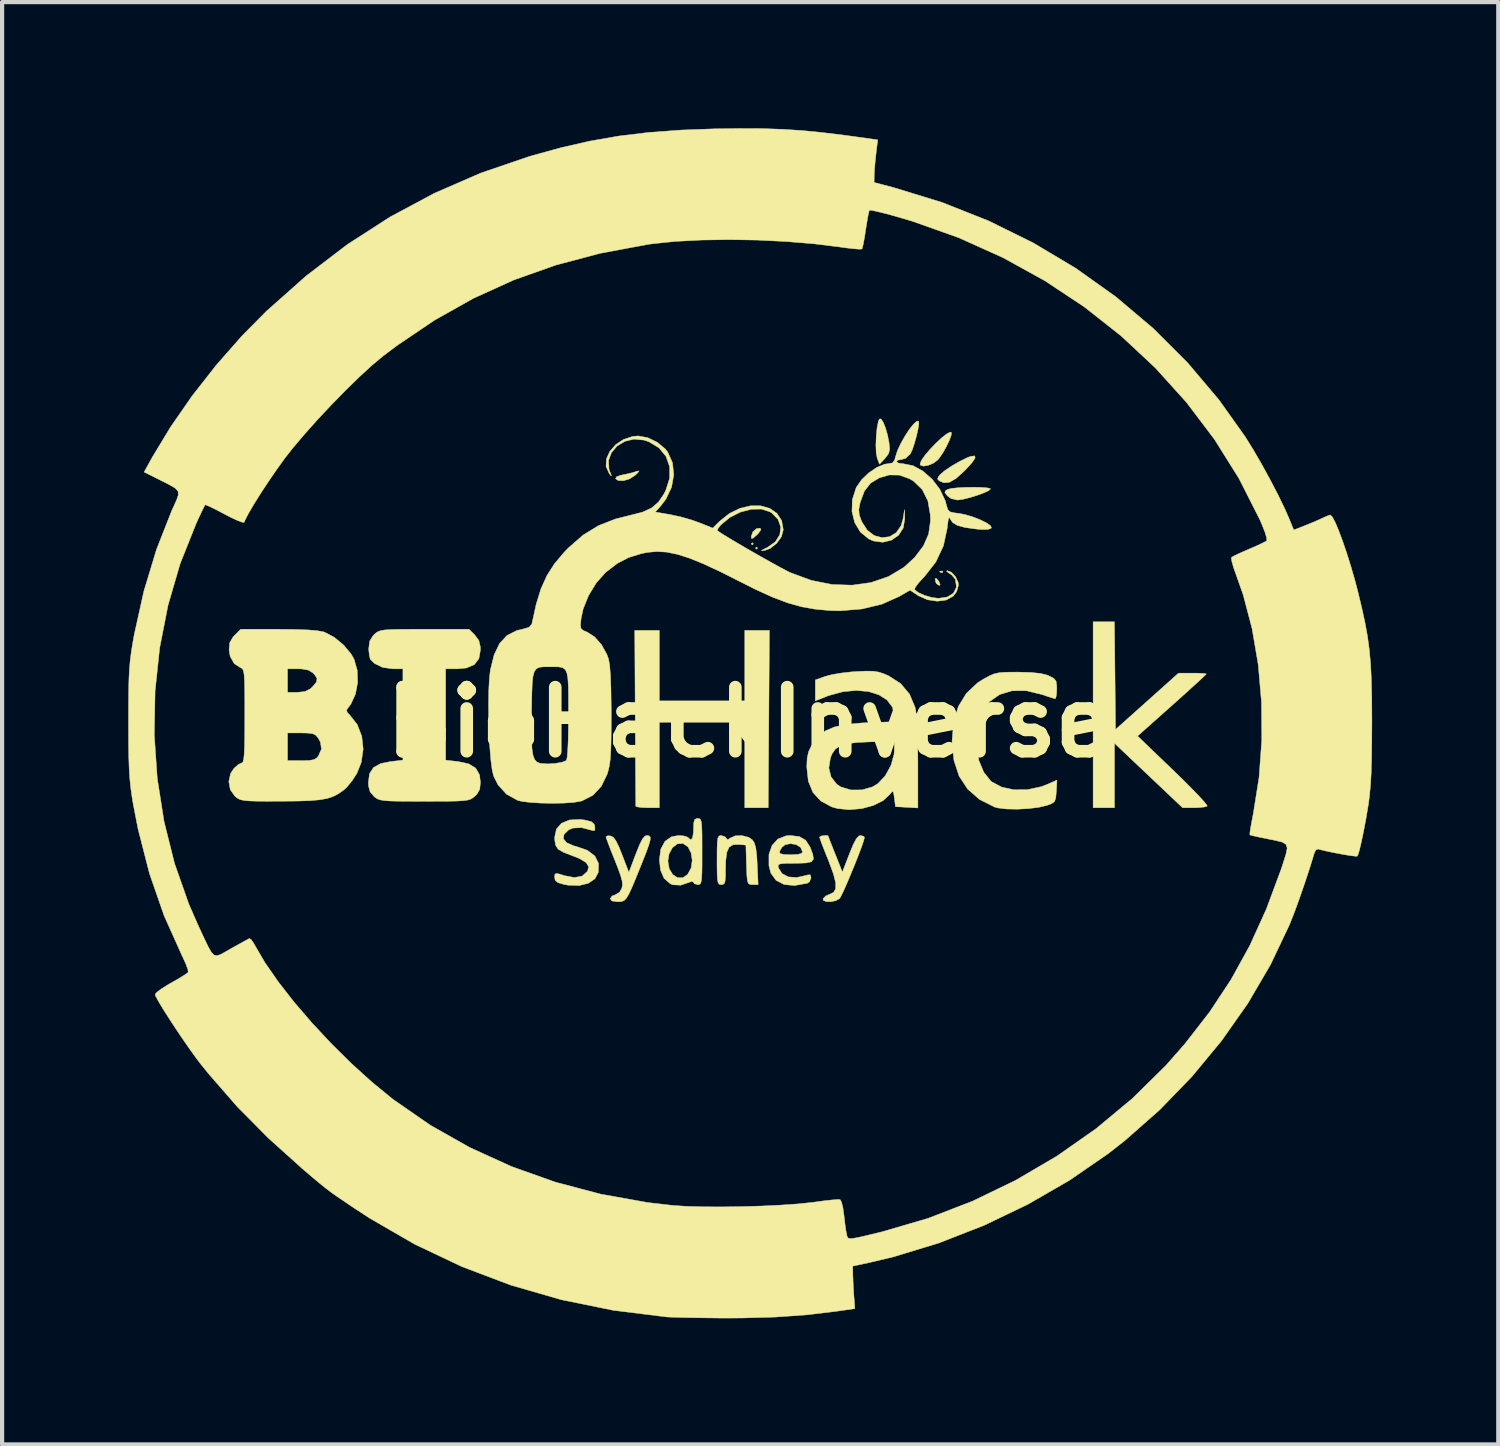
<source format=kicad_pcb>
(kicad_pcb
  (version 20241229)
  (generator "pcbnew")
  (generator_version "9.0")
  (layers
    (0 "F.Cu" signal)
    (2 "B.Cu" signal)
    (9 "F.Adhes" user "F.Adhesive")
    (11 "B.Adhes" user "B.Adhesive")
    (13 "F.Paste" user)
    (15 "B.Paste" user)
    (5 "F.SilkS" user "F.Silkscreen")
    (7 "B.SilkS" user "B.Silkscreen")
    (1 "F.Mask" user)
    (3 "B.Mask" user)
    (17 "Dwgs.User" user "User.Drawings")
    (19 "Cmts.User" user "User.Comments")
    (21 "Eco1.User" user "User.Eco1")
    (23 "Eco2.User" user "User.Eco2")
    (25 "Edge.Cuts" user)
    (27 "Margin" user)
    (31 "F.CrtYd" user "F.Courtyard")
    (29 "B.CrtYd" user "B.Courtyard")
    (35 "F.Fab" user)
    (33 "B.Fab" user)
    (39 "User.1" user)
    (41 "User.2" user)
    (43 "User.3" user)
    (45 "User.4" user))
  (footprint "BioHackInverse"
    (layer "F.Cu")
    (at 14.759 14.121)
    (property "Reference" "BioHackInverse" (at 0 0 0) (layer "F.SilkS") (effects (font (size 1.524 1.524) (thickness 0.3))))
    (attr through_hole)
    (fp_poly (pts (xy 0.102 -4.242) (xy 0.076 -4.216) (xy 0.051 -4.242) (xy 0.076 -4.267) (xy 0.102 -4.242)) (stroke (width 0.01) (type solid)) (fill yes) (layer "F.SilkS"))
    (fp_poly (pts (xy 0.203 -4.14) (xy 0.178 -4.115) (xy 0.152 -4.14) (xy 0.178 -4.166) (xy 0.203 -4.14)) (stroke (width 0.01) (type solid)) (fill yes) (layer "F.SilkS"))
    (fp_poly (pts (xy 4.606 -3.59) (xy 4.599 -3.56) (xy 4.572 -3.556) (xy 4.53 -3.575) (xy 4.538 -3.59) (xy 4.598 -3.596) (xy 4.606 -3.59)) (stroke (width 0.01) (type solid)) (fill yes) (layer "F.SilkS"))
    (fp_poly (pts (xy 4.511 -3.35) (xy 4.543 -3.27) (xy 4.52 -3.251) (xy 4.458 -3.292) (xy 4.437 -3.33) (xy 4.421 -3.415) (xy 4.454 -3.419) (xy 4.511 -3.35)) (stroke (width 0.01) (type solid)) (fill yes) (layer "F.SilkS"))
    (fp_poly (pts (xy 0.281 -4.573) (xy 0.212 -4.482) (xy 0.191 -4.461) (xy 0.1 -4.38) (xy 0.06 -4.368) (xy 0.051 -4.417) (xy 0.089 -4.527) (xy 0.177 -4.603) (xy 0.264 -4.614) (xy 0.281 -4.573)) (stroke (width 0.01) (type solid)) (fill yes) (layer "F.SilkS"))
    (fp_poly (pts (xy -2.64 -5.938) (xy -2.708 -5.872) (xy -2.839 -5.787) (xy -2.984 -5.743) (xy -3.11 -5.746) (xy -3.174 -5.79) (xy -3.154 -5.833) (xy -3.063 -5.869) (xy -2.896 -5.905) (xy -2.795 -5.928) (xy -2.725 -5.948) (xy -2.667 -5.968) (xy -2.617 -5.977) (xy -2.64 -5.938)) (stroke (width 0.01) (type solid)) (fill yes) (layer "F.SilkS"))
    (fp_poly (pts (xy 3.187 -7.136) (xy 3.242 -7.001) (xy 3.292 -6.827) (xy 3.327 -6.648) (xy 3.342 -6.493) (xy 3.319 -6.39) (xy 3.245 -6.29) (xy 3.232 -6.275) (xy 3.101 -6.134) (xy 3.045 -6.28) (xy 3.022 -6.404) (xy 3.015 -6.587) (xy 3.023 -6.795) (xy 3.042 -6.994) (xy 3.072 -7.149) (xy 3.095 -7.207) (xy 3.135 -7.212) (xy 3.187 -7.136)) (stroke (width 0.01) (type solid)) (fill yes) (layer "F.SilkS"))
    (fp_poly (pts (xy 5.375 -6.286) (xy 5.306 -6.179) (xy 5.155 -6.012) (xy 5.109 -5.966) (xy 4.919 -5.795) (xy 4.765 -5.706) (xy 4.632 -5.693) (xy 4.523 -5.738) (xy 4.48 -5.783) (xy 4.506 -5.845) (xy 4.545 -5.891) (xy 4.654 -5.983) (xy 4.82 -6.094) (xy 5.009 -6.203) (xy 5.183 -6.289) (xy 5.271 -6.322) (xy 5.363 -6.333) (xy 5.375 -6.286)) (stroke (width 0.01) (type solid)) (fill yes) (layer "F.SilkS"))
    (fp_poly (pts (xy 4.807 -6.894) (xy 4.807 -6.83) (xy 4.765 -6.71) (xy 4.693 -6.559) (xy 4.607 -6.405) (xy 4.519 -6.277) (xy 4.484 -6.236) (xy 4.379 -6.158) (xy 4.255 -6.106) (xy 4.143 -6.089) (xy 4.073 -6.112) (xy 4.064 -6.139) (xy 4.096 -6.224) (xy 4.182 -6.346) (xy 4.303 -6.489) (xy 4.441 -6.633) (xy 4.579 -6.762) (xy 4.699 -6.856) (xy 4.783 -6.899) (xy 4.807 -6.894)) (stroke (width 0.01) (type solid)) (fill yes) (layer "F.SilkS"))
    (fp_poly (pts (xy 5.523 -5.583) (xy 5.663 -5.572) (xy 5.736 -5.554) (xy 5.74 -5.547) (xy 5.696 -5.507) (xy 5.58 -5.453) (xy 5.42 -5.394) (xy 5.245 -5.34) (xy 5.082 -5.3) (xy 4.959 -5.283) (xy 4.952 -5.283) (xy 4.799 -5.319) (xy 4.712 -5.384) (xy 4.655 -5.461) (xy 4.671 -5.505) (xy 4.722 -5.536) (xy 4.809 -5.558) (xy 4.959 -5.574) (xy 5.145 -5.584) (xy 5.341 -5.587) (xy 5.523 -5.583)) (stroke (width 0.01) (type solid)) (fill yes) (layer "F.SilkS"))
    (fp_poly (pts (xy 0.455 2.032) (xy -0.102 2.032) (xy -0.102 0) (xy -2.134 0) (xy -2.134 2.032) (xy -2.413 2.032) (xy -2.566 2.026) (xy -2.668 2.01) (xy -2.694 1.994) (xy -2.694 1.936) (xy -2.695 1.788) (xy -2.697 1.56) (xy -2.699 1.264) (xy -2.701 0.909) (xy -2.703 0.507) (xy -2.706 0.069) (xy -2.707 -0.114) (xy -2.718 -2.184) (xy -2.426 -2.184) (xy -2.134 -2.184) (xy -2.134 -0.508) (xy -0.102 -0.508) (xy -0.102 -2.184) (xy 0.483 -2.184) (xy 0.455 2.032)) (stroke (width 0.01) (type solid)) (fill yes) (layer "F.SilkS"))
    (fp_poly (pts (xy 8.699 -1.108) (xy 8.712 0.172) (xy 9.461 -0.498) (xy 10.21 -1.168) (xy 10.541 -1.168) (xy 10.709 -1.166) (xy 10.828 -1.158) (xy 10.871 -1.149) (xy 10.835 -1.111) (xy 10.734 -1.015) (xy 10.578 -0.873) (xy 10.38 -0.693) (xy 10.149 -0.486) (xy 10.054 -0.401) (xy 9.236 0.328) (xy 10.083 1.142) (xy 10.322 1.374) (xy 10.531 1.584) (xy 10.702 1.761) (xy 10.823 1.895) (xy 10.886 1.976) (xy 10.892 1.994) (xy 10.824 2.015) (xy 10.689 2.029) (xy 10.58 2.032) (xy 10.306 2.032) (xy 8.687 0.499) (xy 8.687 2.032) (xy 8.179 2.032) (xy 8.179 -2.388) (xy 8.685 -2.388) (xy 8.699 -1.108)) (stroke (width 0.01) (type solid)) (fill yes) (layer "F.SilkS"))
    (fp_poly (pts (xy -2.378 2.7) (xy -2.35 2.73) (xy -2.351 2.798) (xy -2.383 2.916) (xy -2.449 3.099) (xy -2.552 3.359) (xy -2.571 3.406) (xy -2.694 3.71) (xy -2.787 3.932) (xy -2.859 4.086) (xy -2.917 4.184) (xy -2.971 4.238) (xy -3.029 4.261) (xy -3.097 4.267) (xy -3.126 4.267) (xy -3.259 4.249) (xy -3.302 4.195) (xy -3.259 4.131) (xy -3.189 4.106) (xy -3.08 4.043) (xy -3.026 3.949) (xy -3.01 3.87) (xy -3.019 3.771) (xy -3.058 3.632) (xy -3.131 3.433) (xy -3.19 3.284) (xy -3.276 3.07) (xy -3.345 2.891) (xy -3.39 2.767) (xy -3.404 2.722) (xy -3.361 2.699) (xy -3.295 2.702) (xy -3.231 2.732) (xy -3.168 2.814) (xy -3.094 2.963) (xy -3.022 3.144) (xy -2.858 3.57) (xy -2.692 3.131) (xy -2.604 2.911) (xy -2.534 2.774) (xy -2.475 2.706) (xy -2.432 2.692) (xy -2.378 2.7)) (stroke (width 0.01) (type solid)) (fill yes) (layer "F.SilkS"))
    (fp_poly (pts (xy 1.868 2.694) (xy 1.88 2.705) (xy 1.898 2.755) (xy 1.945 2.876) (xy 2.013 3.049) (xy 2.05 3.14) (xy 2.218 3.562) (xy 2.386 3.127) (xy 2.477 2.907) (xy 2.548 2.771) (xy 2.608 2.705) (xy 2.649 2.692) (xy 2.727 2.713) (xy 2.743 2.739) (xy 2.724 2.817) (xy 2.673 2.966) (xy 2.598 3.165) (xy 2.508 3.392) (xy 2.412 3.625) (xy 2.32 3.844) (xy 2.238 4.026) (xy 2.177 4.15) (xy 2.151 4.192) (xy 2.063 4.242) (xy 1.947 4.266) (xy 1.836 4.264) (xy 1.765 4.235) (xy 1.758 4.196) (xy 1.824 4.129) (xy 1.908 4.093) (xy 2.009 4.045) (xy 2.059 3.955) (xy 2.058 3.814) (xy 2.007 3.609) (xy 1.904 3.329) (xy 1.886 3.284) (xy 1.801 3.072) (xy 1.732 2.895) (xy 1.688 2.774) (xy 1.676 2.731) (xy 1.716 2.705) (xy 1.799 2.691) (xy 1.868 2.694)) (stroke (width 0.01) (type solid)) (fill yes) (layer "F.SilkS"))
    (fp_poly (pts (xy -0.573 2.721) (xy -0.544 2.756) (xy -0.51 2.794) (xy -0.453 2.756) (xy -0.332 2.701) (xy -0.169 2.695) (xy -0.011 2.735) (xy 0.079 2.797) (xy 0.127 2.873) (xy 0.16 2.989) (xy 0.182 3.167) (xy 0.194 3.381) (xy 0.215 3.861) (xy 0.084 3.861) (xy 0.023 3.857) (xy -0.016 3.834) (xy -0.039 3.772) (xy -0.052 3.651) (xy -0.06 3.453) (xy -0.062 3.391) (xy -0.076 2.921) (xy -0.235 2.906) (xy -0.377 2.911) (xy -0.473 2.968) (xy -0.529 3.09) (xy -0.555 3.291) (xy -0.559 3.458) (xy -0.561 3.659) (xy -0.571 3.78) (xy -0.594 3.84) (xy -0.635 3.859) (xy -0.66 3.861) (xy -0.704 3.855) (xy -0.733 3.825) (xy -0.75 3.753) (xy -0.759 3.624) (xy -0.762 3.419) (xy -0.762 3.277) (xy -0.761 3.025) (xy -0.755 2.858) (xy -0.743 2.759) (xy -0.72 2.71) (xy -0.685 2.693) (xy -0.665 2.692) (xy -0.573 2.721)) (stroke (width 0.01) (type solid)) (fill yes) (layer "F.SilkS"))
    (fp_poly (pts (xy -3.886 2.328) (xy -3.748 2.365) (xy -3.683 2.424) (xy -3.666 2.484) (xy -3.666 2.569) (xy -3.716 2.578) (xy -3.742 2.568) (xy -3.984 2.505) (xy -4.191 2.516) (xy -4.292 2.56) (xy -4.401 2.667) (xy -4.414 2.772) (xy -4.334 2.866) (xy -4.166 2.939) (xy -4.109 2.953) (xy -3.843 3.045) (xy -3.666 3.18) (xy -3.579 3.357) (xy -3.584 3.567) (xy -3.666 3.722) (xy -3.824 3.829) (xy -4.041 3.882) (xy -4.3 3.874) (xy -4.407 3.854) (xy -4.546 3.812) (xy -4.61 3.758) (xy -4.623 3.687) (xy -4.618 3.618) (xy -4.588 3.594) (xy -4.507 3.609) (xy -4.389 3.647) (xy -4.152 3.692) (xy -3.967 3.656) (xy -3.841 3.543) (xy -3.813 3.436) (xy -3.874 3.337) (xy -4.028 3.242) (xy -4.216 3.168) (xy -4.416 3.091) (xy -4.538 3.018) (xy -4.599 2.928) (xy -4.62 2.799) (xy -4.622 2.732) (xy -4.58 2.539) (xy -4.46 2.401) (xy -4.268 2.323) (xy -4.015 2.311) (xy -3.886 2.328)) (stroke (width 0.01) (type solid)) (fill yes) (layer "F.SilkS"))
    (fp_poly (pts (xy 1.194 2.718) (xy 1.345 2.805) (xy 1.448 2.964) (xy 1.452 2.974) (xy 1.516 3.144) (xy 1.53 3.254) (xy 1.482 3.317) (xy 1.358 3.345) (xy 1.148 3.353) (xy 1.097 3.353) (xy 0.89 3.354) (xy 0.765 3.362) (xy 0.705 3.381) (xy 0.69 3.416) (xy 0.697 3.458) (xy 0.781 3.596) (xy 0.932 3.676) (xy 1.131 3.692) (xy 1.361 3.64) (xy 1.384 3.631) (xy 1.455 3.627) (xy 1.473 3.7) (xy 1.435 3.795) (xy 1.384 3.828) (xy 1.079 3.882) (xy 0.834 3.858) (xy 0.64 3.757) (xy 0.518 3.589) (xy 0.472 3.411) (xy 0.472 3.143) (xy 0.498 3.067) (xy 0.724 3.067) (xy 0.734 3.12) (xy 0.822 3.144) (xy 0.991 3.15) (xy 1.164 3.141) (xy 1.252 3.115) (xy 1.27 3.08) (xy 1.227 2.976) (xy 1.121 2.909) (xy 0.985 2.886) (xy 0.855 2.913) (xy 0.779 2.975) (xy 0.724 3.067) (xy 0.498 3.067) (xy 0.546 2.928) (xy 0.685 2.776) (xy 0.881 2.7) (xy 0.976 2.692) (xy 1.194 2.718)) (stroke (width 0.01) (type solid)) (fill yes) (layer "F.SilkS"))
    (fp_poly (pts (xy -1.181 2.291) (xy -1.153 2.315) (xy -1.135 2.374) (xy -1.125 2.483) (xy -1.119 2.655) (xy -1.118 2.907) (xy -1.118 3.073) (xy -1.118 3.372) (xy -1.121 3.584) (xy -1.129 3.723) (xy -1.143 3.806) (xy -1.165 3.847) (xy -1.198 3.86) (xy -1.219 3.861) (xy -1.302 3.839) (xy -1.321 3.808) (xy -1.356 3.782) (xy -1.41 3.801) (xy -1.626 3.874) (xy -1.816 3.864) (xy -1.874 3.839) (xy -2.022 3.711) (xy -2.106 3.516) (xy -2.128 3.3) (xy -1.93 3.3) (xy -1.899 3.483) (xy -1.817 3.619) (xy -1.704 3.695) (xy -1.578 3.698) (xy -1.462 3.619) (xy -1.378 3.465) (xy -1.352 3.284) (xy -1.378 3.107) (xy -1.452 2.963) (xy -1.57 2.882) (xy -1.575 2.881) (xy -1.708 2.892) (xy -1.824 2.984) (xy -1.904 3.134) (xy -1.93 3.3) (xy -2.128 3.3) (xy -2.132 3.268) (xy -2.099 3.016) (xy -2 2.831) (xy -1.841 2.721) (xy -1.675 2.692) (xy -1.541 2.704) (xy -1.456 2.734) (xy -1.448 2.743) (xy -1.39 2.796) (xy -1.347 2.756) (xy -1.324 2.63) (xy -1.321 2.54) (xy -1.315 2.388) (xy -1.293 2.312) (xy -1.243 2.287) (xy -1.219 2.286) (xy -1.181 2.291)) (stroke (width 0.01) (type solid)) (fill yes) (layer "F.SilkS"))
    (fp_poly (pts (xy 6.401 -1.192) (xy 6.707 -1.183) (xy 6.931 -1.16) (xy 7.092 -1.119) (xy 7.125 -1.105) (xy 7.242 -1.045) (xy 7.298 -0.978) (xy 7.314 -0.865) (xy 7.315 -0.79) (xy 7.308 -0.653) (xy 7.289 -0.571) (xy 7.277 -0.56) (xy 7.212 -0.577) (xy 7.083 -0.618) (xy 6.96 -0.66) (xy 6.587 -0.75) (xy 6.251 -0.748) (xy 5.959 -0.66) (xy 5.721 -0.494) (xy 5.542 -0.254) (xy 5.43 0.053) (xy 5.394 0.421) (xy 5.401 0.567) (xy 5.462 0.906) (xy 5.579 1.188) (xy 5.745 1.396) (xy 5.771 1.417) (xy 6.007 1.543) (xy 6.298 1.605) (xy 6.619 1.602) (xy 6.945 1.532) (xy 7.098 1.473) (xy 7.32 1.375) (xy 7.305 1.64) (xy 7.292 1.796) (xy 7.262 1.884) (xy 7.193 1.935) (xy 7.087 1.975) (xy 6.89 2.022) (xy 6.642 2.053) (xy 6.373 2.067) (xy 6.12 2.062) (xy 5.914 2.037) (xy 5.836 2.016) (xy 5.476 1.834) (xy 5.196 1.589) (xy 4.993 1.28) (xy 4.87 0.906) (xy 4.826 0.469) (xy 4.826 0.442) (xy 4.863 0.001) (xy 4.975 -0.374) (xy 5.165 -0.686) (xy 5.432 -0.937) (xy 5.588 -1.036) (xy 5.721 -1.107) (xy 5.833 -1.153) (xy 5.955 -1.179) (xy 6.114 -1.19) (xy 6.34 -1.192) (xy 6.401 -1.192)) (stroke (width 0.01) (type solid)) (fill yes) (layer "F.SilkS"))
    (fp_poly (pts (xy -6.522 -2.075) (xy -6.425 -1.945) (xy -6.389 -1.789) (xy -6.387 -1.722) (xy -6.423 -1.514) (xy -6.533 -1.37) (xy -6.72 -1.29) (xy -6.937 -1.27) (xy -7.214 -1.27) (xy -7.214 0.901) (xy -6.916 0.935) (xy -6.665 0.989) (xy -6.499 1.091) (xy -6.409 1.248) (xy -6.387 1.43) (xy -6.404 1.594) (xy -6.469 1.709) (xy -6.524 1.762) (xy -6.573 1.801) (xy -6.626 1.831) (xy -6.697 1.852) (xy -6.802 1.865) (xy -6.954 1.874) (xy -7.168 1.878) (xy -7.459 1.879) (xy -7.722 1.88) (xy -8.076 1.879) (xy -8.344 1.877) (xy -8.539 1.872) (xy -8.676 1.862) (xy -8.77 1.846) (xy -8.834 1.823) (xy -8.884 1.791) (xy -8.916 1.765) (xy -9.009 1.656) (xy -9.047 1.517) (xy -9.051 1.432) (xy -9.024 1.222) (xy -8.928 1.075) (xy -8.755 0.981) (xy -8.527 0.935) (xy -8.23 0.901) (xy -8.23 -1.27) (xy -8.472 -1.27) (xy -8.712 -1.304) (xy -8.908 -1.399) (xy -9.004 -1.496) (xy -9.027 -1.578) (xy -9.041 -1.715) (xy -9.042 -1.756) (xy -9.02 -1.929) (xy -8.941 -2.057) (xy -8.911 -2.087) (xy -8.865 -2.128) (xy -8.816 -2.158) (xy -8.75 -2.18) (xy -8.653 -2.195) (xy -8.509 -2.204) (xy -8.306 -2.208) (xy -8.027 -2.21) (xy -7.719 -2.21) (xy -6.657 -2.21) (xy -6.522 -2.075)) (stroke (width 0.01) (type solid)) (fill yes) (layer "F.SilkS"))
    (fp_poly (pts (xy 2.951 -1.213) (xy 3.081 -1.193) (xy 3.207 -1.152) (xy 3.318 -1.103) (xy 3.603 -0.92) (xy 3.814 -0.669) (xy 3.945 -0.358) (xy 3.959 -0.3) (xy 3.976 -0.17) (xy 3.99 0.04) (xy 4.002 0.312) (xy 4.01 0.624) (xy 4.013 0.957) (xy 4.013 0.996) (xy 4.013 2.037) (xy 3.747 2.022) (xy 3.48 2.007) (xy 3.454 1.803) (xy 3.436 1.678) (xy 3.414 1.639) (xy 3.376 1.676) (xy 3.352 1.709) (xy 3.188 1.862) (xy 2.955 1.978) (xy 2.678 2.053) (xy 2.386 2.079) (xy 2.105 2.052) (xy 1.964 2.012) (xy 1.702 1.87) (xy 1.518 1.668) (xy 1.408 1.401) (xy 1.374 1.085) (xy 1.896 1.085) (xy 1.949 1.3) (xy 2.084 1.473) (xy 2.186 1.54) (xy 2.422 1.61) (xy 2.685 1.608) (xy 2.934 1.536) (xy 3.063 1.459) (xy 3.237 1.273) (xy 3.372 1.029) (xy 3.446 0.768) (xy 3.454 0.657) (xy 3.454 0.448) (xy 2.883 0.466) (xy 2.563 0.481) (xy 2.329 0.511) (xy 2.163 0.562) (xy 2.05 0.639) (xy 1.973 0.75) (xy 1.934 0.846) (xy 1.896 1.085) (xy 1.374 1.085) (xy 1.372 1.064) (xy 1.372 1.056) (xy 1.381 0.849) (xy 1.416 0.695) (xy 1.49 0.545) (xy 1.517 0.502) (xy 1.651 0.331) (xy 1.817 0.203) (xy 2.03 0.112) (xy 2.307 0.052) (xy 2.661 0.018) (xy 2.832 0.01) (xy 3.454 -0.012) (xy 3.454 -0.146) (xy 3.409 -0.356) (xy 3.282 -0.527) (xy 3.087 -0.652) (xy 2.838 -0.73) (xy 2.547 -0.756) (xy 2.229 -0.726) (xy 1.896 -0.635) (xy 1.841 -0.614) (xy 1.575 -0.509) (xy 1.575 -1.006) (xy 1.816 -1.092) (xy 1.977 -1.134) (xy 2.201 -1.171) (xy 2.449 -1.199) (xy 2.547 -1.205) (xy 2.784 -1.216) (xy 2.951 -1.213)) (stroke (width 0.01) (type solid)) (fill yes) (layer "F.SilkS"))
    (fp_poly (pts (xy -10.791 -2.206) (xy -10.487 -2.195) (xy -10.265 -2.176) (xy -10.117 -2.149) (xy -10.09 -2.14) (xy -9.862 -2.02) (xy -9.639 -1.835) (xy -9.46 -1.62) (xy -9.391 -1.499) (xy -9.316 -1.235) (xy -9.306 -0.947) (xy -9.359 -0.667) (xy -9.469 -0.428) (xy -9.527 -0.353) (xy -9.572 -0.285) (xy -9.545 -0.223) (xy -9.495 -0.173) (xy -9.316 0.054) (xy -9.208 0.332) (xy -9.175 0.64) (xy -9.22 0.953) (xy -9.324 1.214) (xy -9.435 1.387) (xy -9.562 1.542) (xy -9.638 1.612) (xy -9.762 1.699) (xy -9.888 1.765) (xy -10.032 1.812) (xy -10.211 1.844) (xy -10.441 1.864) (xy -10.738 1.874) (xy -11.12 1.877) (xy -11.135 1.877) (xy -11.468 1.878) (xy -11.716 1.876) (xy -11.893 1.87) (xy -12.015 1.858) (xy -12.098 1.839) (xy -12.157 1.811) (xy -12.208 1.773) (xy -12.221 1.763) (xy -12.333 1.605) (xy -12.369 1.412) (xy -12.327 1.219) (xy -12.246 1.095) (xy -12.145 1.007) (xy -12.063 0.966) (xy -12.056 0.965) (xy -12.033 0.946) (xy -12.016 0.883) (xy -12.004 0.764) (xy -11.995 0.579) (xy -11.991 0.318) (xy -11.99 0.254) (xy -10.973 0.254) (xy -10.973 0.914) (xy -10.645 0.914) (xy -10.459 0.909) (xy -10.346 0.889) (xy -10.275 0.845) (xy -10.239 0.801) (xy -10.167 0.638) (xy -10.191 0.474) (xy -10.242 0.379) (xy -10.299 0.31) (xy -10.374 0.272) (xy -10.496 0.257) (xy -10.648 0.254) (xy -10.973 0.254) (xy -11.99 0.254) (xy -11.989 -0.032) (xy -11.989 -0.149) (xy -11.989 -0.514) (xy -11.991 -0.79) (xy -11.996 -0.99) (xy -12.005 -1.126) (xy -12.019 -1.213) (xy -12.038 -1.262) (xy -12.048 -1.27) (xy -10.973 -1.27) (xy -10.973 -0.711) (xy -10.742 -0.711) (xy -10.563 -0.729) (xy -10.436 -0.792) (xy -10.386 -0.836) (xy -10.288 -0.952) (xy -10.272 -1.042) (xy -10.335 -1.139) (xy -10.363 -1.168) (xy -10.474 -1.239) (xy -10.637 -1.268) (xy -10.719 -1.27) (xy -10.973 -1.27) (xy -12.048 -1.27) (xy -12.065 -1.286) (xy -12.084 -1.293) (xy -12.24 -1.393) (xy -12.336 -1.563) (xy -12.363 -1.725) (xy -12.346 -1.895) (xy -12.268 -2.027) (xy -12.228 -2.07) (xy -12.088 -2.21) (xy -11.187 -2.21) (xy -10.791 -2.206)) (stroke (width 0.01) (type solid)) (fill yes) (layer "F.SilkS"))
    (fp_poly (pts (xy 4.036 -7.093) (xy 4.015 -6.961) (xy 3.977 -6.794) (xy 3.928 -6.621) (xy 3.877 -6.471) (xy 3.834 -6.38) (xy 3.722 -6.274) (xy 3.626 -6.248) (xy 3.534 -6.23) (xy 3.505 -6.198) (xy 3.549 -6.162) (xy 3.656 -6.147) (xy 3.66 -6.147) (xy 3.897 -6.1) (xy 4.134 -5.971) (xy 4.353 -5.777) (xy 4.536 -5.537) (xy 4.663 -5.268) (xy 4.695 -5.15) (xy 4.726 -5.052) (xy 4.782 -5.001) (xy 4.895 -4.976) (xy 4.971 -4.968) (xy 5.137 -4.937) (xy 5.32 -4.883) (xy 5.497 -4.813) (xy 5.645 -4.739) (xy 5.742 -4.671) (xy 5.763 -4.618) (xy 5.763 -4.618) (xy 5.692 -4.586) (xy 5.534 -4.582) (xy 5.403 -4.593) (xy 5.134 -4.63) (xy 4.95 -4.68) (xy 4.837 -4.749) (xy 4.782 -4.834) (xy 4.758 -4.871) (xy 4.737 -4.826) (xy 4.718 -4.693) (xy 4.709 -4.607) (xy 4.62 -4.193) (xy 4.438 -3.807) (xy 4.168 -3.462) (xy 4.15 -3.444) (xy 4.032 -3.316) (xy 3.954 -3.212) (xy 3.933 -3.156) (xy 3.933 -3.155) (xy 4.019 -3.085) (xy 4.169 -3.017) (xy 4.343 -2.966) (xy 4.505 -2.946) (xy 4.713 -2.978) (xy 4.857 -3.066) (xy 4.924 -3.201) (xy 4.927 -3.241) (xy 4.903 -3.398) (xy 4.817 -3.503) (xy 4.75 -3.546) (xy 4.695 -3.59) (xy 4.712 -3.605) (xy 4.814 -3.564) (xy 4.909 -3.459) (xy 4.97 -3.326) (xy 4.978 -3.26) (xy 4.934 -3.104) (xy 4.852 -2.997) (xy 4.687 -2.906) (xy 4.473 -2.878) (xy 4.243 -2.912) (xy 4.027 -3.007) (xy 4.016 -3.015) (xy 3.827 -3.14) (xy 3.57 -2.991) (xy 3.158 -2.807) (xy 2.684 -2.693) (xy 2.164 -2.65) (xy 1.931 -2.655) (xy 1.584 -2.686) (xy 1.254 -2.744) (xy 0.92 -2.837) (xy 0.562 -2.972) (xy 0.159 -3.155) (xy -0.203 -3.337) (xy -0.676 -3.576) (xy -1.075 -3.762) (xy -1.415 -3.9) (xy -1.707 -3.993) (xy -1.963 -4.045) (xy -2.197 -4.059) (xy -2.42 -4.038) (xy -2.546 -4.013) (xy -2.861 -3.917) (xy -3.129 -3.779) (xy -3.395 -3.575) (xy -3.414 -3.559) (xy -3.631 -3.316) (xy -3.815 -3.015) (xy -3.945 -2.694) (xy -3.994 -2.463) (xy -4.009 -2.312) (xy -3.996 -2.229) (xy -3.942 -2.181) (xy -3.854 -2.145) (xy -3.676 -2.033) (xy -3.512 -1.848) (xy -3.383 -1.618) (xy -3.341 -1.503) (xy -3.315 -1.358) (xy -3.296 -1.115) (xy -3.284 -0.777) (xy -3.278 -0.345) (xy -3.277 -0.178) (xy -3.278 0.203) (xy -3.282 0.499) (xy -3.29 0.726) (xy -3.303 0.9) (xy -3.322 1.037) (xy -3.349 1.153) (xy -3.373 1.233) (xy -3.513 1.523) (xy -3.714 1.737) (xy -3.971 1.868) (xy -3.999 1.877) (xy -4.167 1.905) (xy -4.4 1.922) (xy -4.671 1.927) (xy -4.949 1.922) (xy -5.205 1.906) (xy -5.409 1.88) (xy -5.505 1.856) (xy -5.768 1.71) (xy -5.97 1.487) (xy -6.075 1.275) (xy -6.109 1.127) (xy -6.139 0.897) (xy -6.163 0.608) (xy -6.18 0.279) (xy -6.185 0.118) (xy -5.176 0.118) (xy -5.173 0.414) (xy -5.161 0.633) (xy -5.137 0.786) (xy -5.099 0.886) (xy -5.045 0.945) (xy -4.973 0.975) (xy -4.943 0.98) (xy -4.783 0.99) (xy -4.605 0.978) (xy -4.447 0.95) (xy -4.349 0.911) (xy -4.343 0.907) (xy -4.326 0.84) (xy -4.312 0.682) (xy -4.301 0.444) (xy -4.295 0.137) (xy -4.293 -0.182) (xy -4.293 -0.55) (xy -4.296 -0.829) (xy -4.307 -1.03) (xy -4.331 -1.168) (xy -4.372 -1.253) (xy -4.435 -1.298) (xy -4.524 -1.316) (xy -4.645 -1.319) (xy -4.724 -1.319) (xy -4.868 -1.319) (xy -4.976 -1.309) (xy -5.053 -1.276) (xy -5.105 -1.208) (xy -5.138 -1.092) (xy -5.156 -0.915) (xy -5.165 -0.664) (xy -5.171 -0.327) (xy -5.172 -0.267) (xy -5.176 0.118) (xy -6.185 0.118) (xy -6.191 -0.069) (xy -6.194 -0.414) (xy -6.19 -0.736) (xy -6.176 -1.015) (xy -6.153 -1.229) (xy -6.15 -1.248) (xy -6.061 -1.605) (xy -5.931 -1.875) (xy -5.754 -2.065) (xy -5.523 -2.181) (xy -5.371 -2.217) (xy -5.231 -2.258) (xy -5.167 -2.33) (xy -5.16 -2.356) (xy -5.062 -2.804) (xy -4.948 -3.174) (xy -4.806 -3.488) (xy -4.626 -3.769) (xy -4.397 -4.041) (xy -4.297 -4.144) (xy -3.948 -4.449) (xy -3.582 -4.674) (xy -3.17 -4.835) (xy -2.829 -4.92) (xy -2.535 -4.995) (xy -2.318 -5.094) (xy -2.155 -5.234) (xy -2.023 -5.429) (xy -1.981 -5.512) (xy -1.889 -5.801) (xy -1.889 -6.076) (xy -1.976 -6.322) (xy -2.143 -6.524) (xy -2.383 -6.67) (xy -2.499 -6.708) (xy -2.736 -6.731) (xy -2.954 -6.679) (xy -3.139 -6.567) (xy -3.273 -6.41) (xy -3.342 -6.221) (xy -3.33 -6.017) (xy -3.308 -5.952) (xy -3.272 -5.863) (xy -3.281 -5.859) (xy -3.327 -5.915) (xy -3.401 -6.082) (xy -3.391 -6.263) (xy -3.31 -6.441) (xy -3.17 -6.6) (xy -2.984 -6.724) (xy -2.765 -6.796) (xy -2.634 -6.807) (xy -2.408 -6.765) (xy -2.18 -6.654) (xy -1.991 -6.496) (xy -1.937 -6.427) (xy -1.821 -6.17) (xy -1.791 -5.883) (xy -1.843 -5.588) (xy -1.976 -5.306) (xy -2.086 -5.161) (xy -2.229 -4.998) (xy -1.87 -4.936) (xy -1.624 -4.883) (xy -1.36 -4.807) (xy -1.187 -4.745) (xy -0.863 -4.616) (xy -0.705 -4.774) (xy -0.47 -4.962) (xy -0.217 -5.086) (xy 0.037 -5.146) (xy 0.278 -5.145) (xy 0.491 -5.085) (xy 0.661 -4.968) (xy 0.774 -4.795) (xy 0.813 -4.575) (xy 0.768 -4.41) (xy 0.654 -4.252) (xy 0.498 -4.131) (xy 0.381 -4.088) (xy 0.3 -4.075) (xy 0.301 -4.087) (xy 0.388 -4.133) (xy 0.433 -4.154) (xy 0.623 -4.288) (xy 0.73 -4.457) (xy 0.753 -4.641) (xy 0.69 -4.821) (xy 0.54 -4.975) (xy 0.498 -5.002) (xy 0.293 -5.068) (xy 0.049 -5.064) (xy -0.21 -4.995) (xy -0.458 -4.869) (xy -0.669 -4.694) (xy -0.681 -4.68) (xy -0.744 -4.598) (xy -0.757 -4.556) (xy -0.651 -4.486) (xy -0.475 -4.378) (xy -0.251 -4.244) (xy 0.003 -4.096) (xy 0.266 -3.946) (xy 0.518 -3.804) (xy 0.74 -3.682) (xy 0.91 -3.592) (xy 0.986 -3.555) (xy 1.48 -3.373) (xy 1.972 -3.275) (xy 2.449 -3.259) (xy 2.901 -3.322) (xy 3.316 -3.465) (xy 3.683 -3.685) (xy 3.934 -3.915) (xy 4.146 -4.194) (xy 4.268 -4.474) (xy 4.312 -4.783) (xy 4.309 -4.927) (xy 4.251 -5.263) (xy 4.117 -5.532) (xy 3.91 -5.733) (xy 3.812 -5.79) (xy 3.568 -5.877) (xy 3.326 -5.878) (xy 3.099 -5.811) (xy 2.89 -5.686) (xy 2.741 -5.495) (xy 2.64 -5.223) (xy 2.64 -5.221) (xy 2.609 -5.059) (xy 2.619 -4.929) (xy 2.677 -4.773) (xy 2.681 -4.764) (xy 2.811 -4.564) (xy 2.977 -4.439) (xy 3.16 -4.389) (xy 3.341 -4.412) (xy 3.498 -4.507) (xy 3.614 -4.673) (xy 3.659 -4.831) (xy 3.696 -5.055) (xy 3.702 -4.84) (xy 3.665 -4.619) (xy 3.552 -4.444) (xy 3.383 -4.328) (xy 3.178 -4.279) (xy 2.955 -4.31) (xy 2.845 -4.358) (xy 2.646 -4.522) (xy 2.511 -4.746) (xy 2.446 -5.01) (xy 2.455 -5.293) (xy 2.544 -5.573) (xy 2.553 -5.59) (xy 2.675 -5.766) (xy 2.847 -5.93) (xy 3.04 -6.061) (xy 3.224 -6.136) (xy 3.304 -6.147) (xy 3.407 -6.164) (xy 3.461 -6.235) (xy 3.481 -6.312) (xy 3.528 -6.459) (xy 3.608 -6.629) (xy 3.706 -6.804) (xy 3.811 -6.964) (xy 3.91 -7.088) (xy 3.989 -7.158) (xy 4.032 -7.158) (xy 4.036 -7.093)) (stroke (width 0.01) (type solid)) (fill yes) (layer "F.SilkS"))
    (fp_poly (pts (xy 0.307 -14.114) (xy 0.795 -14.097) (xy 1.267 -14.067) (xy 1.751 -14.019) (xy 2.276 -13.955) (xy 2.43 -13.934) (xy 3.058 -13.847) (xy 3.018 -13.515) (xy 2.996 -13.31) (xy 2.98 -13.119) (xy 2.975 -13.009) (xy 2.972 -12.834) (xy 3.429 -12.714) (xy 4.582 -12.361) (xy 5.693 -11.921) (xy 6.756 -11.397) (xy 7.766 -10.794) (xy 8.718 -10.116) (xy 9.607 -9.365) (xy 10.427 -8.545) (xy 11.174 -7.661) (xy 11.799 -6.782) (xy 11.986 -6.48) (xy 12.188 -6.132) (xy 12.39 -5.763) (xy 12.578 -5.401) (xy 12.737 -5.074) (xy 12.84 -4.838) (xy 12.949 -4.571) (xy 13.218 -4.677) (xy 13.399 -4.75) (xy 13.564 -4.822) (xy 13.635 -4.855) (xy 13.748 -4.905) (xy 13.818 -4.928) (xy 13.819 -4.928) (xy 13.867 -4.881) (xy 13.936 -4.75) (xy 14.02 -4.551) (xy 14.115 -4.296) (xy 14.215 -4.001) (xy 14.315 -3.68) (xy 14.41 -3.348) (xy 14.475 -3.099) (xy 14.57 -2.703) (xy 14.646 -2.354) (xy 14.704 -2.032) (xy 14.746 -1.715) (xy 14.776 -1.383) (xy 14.794 -1.016) (xy 14.804 -0.594) (xy 14.807 -0.094) (xy 14.807 0.025) (xy 14.804 0.506) (xy 14.799 0.902) (xy 14.789 1.227) (xy 14.773 1.499) (xy 14.752 1.732) (xy 14.725 1.944) (xy 14.716 1.998) (xy 14.664 2.307) (xy 14.609 2.594) (xy 14.557 2.843) (xy 14.512 3.036) (xy 14.475 3.155) (xy 14.46 3.184) (xy 14.405 3.184) (xy 14.278 3.168) (xy 14.106 3.139) (xy 13.917 3.104) (xy 13.738 3.067) (xy 13.596 3.033) (xy 13.533 3.014) (xy 13.474 3.037) (xy 13.438 3.108) (xy 13.341 3.427) (xy 13.222 3.79) (xy 13.094 4.163) (xy 12.967 4.511) (xy 12.854 4.799) (xy 12.842 4.826) (xy 12.395 5.767) (xy 11.855 6.688) (xy 11.23 7.576) (xy 10.529 8.423) (xy 9.761 9.216) (xy 8.933 9.946) (xy 8.543 10.252) (xy 7.618 10.89) (xy 6.625 11.463) (xy 5.583 11.963) (xy 4.509 12.382) (xy 3.42 12.713) (xy 2.845 12.849) (xy 2.464 12.93) (xy 2.467 13.132) (xy 2.473 13.301) (xy 2.484 13.511) (xy 2.492 13.638) (xy 2.515 13.941) (xy 2.083 14.003) (xy 1.378 14.088) (xy 0.631 14.141) (xy -0.178 14.164) (xy -0.676 14.165) (xy -1.01 14.161) (xy -1.322 14.157) (xy -1.594 14.151) (xy -1.805 14.146) (xy -1.938 14.14) (xy -1.956 14.139) (xy -3.228 13.981) (xy -4.465 13.729) (xy -5.666 13.382) (xy -6.827 12.943) (xy -7.948 12.411) (xy -9.025 11.788) (xy -9.373 11.561) (xy -9.614 11.398) (xy -9.796 11.275) (xy -9.939 11.174) (xy -10.067 11.077) (xy -10.201 10.969) (xy -10.365 10.832) (xy -10.581 10.648) (xy -10.617 10.617) (xy -11.432 9.884) (xy -12.171 9.137) (xy -12.856 8.35) (xy -13.037 8.126) (xy -13.162 7.961) (xy -13.311 7.753) (xy -13.473 7.519) (xy -13.637 7.276) (xy -13.792 7.038) (xy -13.929 6.823) (xy -14.036 6.645) (xy -14.104 6.521) (xy -14.122 6.472) (xy -14.081 6.42) (xy -13.97 6.336) (xy -13.81 6.236) (xy -13.743 6.198) (xy -13.566 6.098) (xy -13.426 6.011) (xy -13.345 5.954) (xy -13.335 5.943) (xy -13.342 5.879) (xy -13.389 5.75) (xy -13.464 5.583) (xy -13.482 5.548) (xy -13.908 4.598) (xy -14.256 3.595) (xy -14.528 2.533) (xy -14.64 1.956) (xy -14.677 1.732) (xy -14.705 1.525) (xy -14.725 1.316) (xy -14.739 1.085) (xy -14.748 0.813) (xy -14.753 0.482) (xy -14.753 0.301) (xy -14.141 0.301) (xy -14.07 1.336) (xy -13.909 2.359) (xy -13.659 3.358) (xy -13.319 4.325) (xy -13.088 4.851) (xy -12.956 5.134) (xy -12.859 5.336) (xy -12.785 5.467) (xy -12.719 5.535) (xy -12.649 5.55) (xy -12.561 5.52) (xy -12.443 5.454) (xy -12.314 5.379) (xy -12.133 5.279) (xy -11.986 5.198) (xy -11.895 5.149) (xy -11.879 5.14) (xy -11.835 5.17) (xy -11.771 5.264) (xy -11.756 5.293) (xy -11.513 5.71) (xy -11.196 6.167) (xy -10.82 6.65) (xy -10.396 7.144) (xy -9.938 7.635) (xy -9.458 8.11) (xy -8.969 8.553) (xy -8.484 8.95) (xy -8.452 8.974) (xy -7.578 9.58) (xy -6.64 10.11) (xy -5.646 10.563) (xy -4.606 10.933) (xy -3.525 11.219) (xy -2.413 11.418) (xy -1.806 11.488) (xy -1.484 11.509) (xy -1.087 11.52) (xy -0.64 11.522) (xy -0.167 11.515) (xy 0.307 11.501) (xy 0.759 11.479) (xy 1.164 11.451) (xy 1.498 11.416) (xy 1.575 11.406) (xy 1.8 11.375) (xy 1.989 11.355) (xy 2.12 11.346) (xy 2.164 11.349) (xy 2.197 11.407) (xy 2.23 11.538) (xy 2.255 11.714) (xy 2.256 11.718) (xy 2.278 11.913) (xy 2.302 12.082) (xy 2.32 12.182) (xy 2.333 12.229) (xy 2.354 12.261) (xy 2.398 12.275) (xy 2.479 12.27) (xy 2.612 12.245) (xy 2.81 12.199) (xy 3.09 12.131) (xy 3.175 12.11) (xy 4.258 11.793) (xy 5.316 11.384) (xy 6.339 10.889) (xy 7.319 10.314) (xy 8.247 9.664) (xy 9.112 8.945) (xy 9.907 8.162) (xy 10.36 7.647) (xy 10.947 6.891) (xy 11.458 6.118) (xy 11.904 5.309) (xy 12.296 4.445) (xy 12.645 3.507) (xy 12.695 3.356) (xy 12.764 3.136) (xy 12.793 2.993) (xy 12.767 2.905) (xy 12.676 2.85) (xy 12.506 2.808) (xy 12.363 2.78) (xy 12.165 2.74) (xy 12.009 2.706) (xy 11.918 2.683) (xy 11.906 2.677) (xy 11.907 2.623) (xy 11.927 2.491) (xy 11.961 2.306) (xy 11.986 2.18) (xy 12.124 1.314) (xy 12.189 0.422) (xy 12.182 -0.477) (xy 12.105 -1.365) (xy 11.959 -2.223) (xy 11.746 -3.033) (xy 11.587 -3.483) (xy 11.521 -3.67) (xy 11.478 -3.819) (xy 11.465 -3.908) (xy 11.469 -3.92) (xy 11.531 -3.956) (xy 11.661 -4.018) (xy 11.836 -4.095) (xy 11.887 -4.117) (xy 12.07 -4.196) (xy 12.216 -4.265) (xy 12.301 -4.31) (xy 12.309 -4.316) (xy 12.307 -4.376) (xy 12.269 -4.506) (xy 12.2 -4.684) (xy 12.145 -4.812) (xy 11.648 -5.793) (xy 11.065 -6.724) (xy 10.401 -7.602) (xy 9.661 -8.422) (xy 8.849 -9.181) (xy 7.97 -9.874) (xy 7.03 -10.497) (xy 6.033 -11.047) (xy 4.983 -11.52) (xy 3.886 -11.91) (xy 3.451 -12.038) (xy 3.226 -12.098) (xy 3.039 -12.144) (xy 2.91 -12.171) (xy 2.86 -12.174) (xy 2.843 -12.117) (xy 2.817 -11.983) (xy 2.786 -11.798) (xy 2.773 -11.714) (xy 2.742 -11.515) (xy 2.712 -11.356) (xy 2.689 -11.264) (xy 2.683 -11.251) (xy 2.624 -11.247) (xy 2.488 -11.257) (xy 2.298 -11.279) (xy 2.154 -11.299) (xy 1.542 -11.375) (xy 0.884 -11.429) (xy 0.202 -11.463) (xy -0.479 -11.474) (xy -1.138 -11.464) (xy -1.75 -11.432) (xy -2.292 -11.376) (xy -2.413 -11.359) (xy -3.537 -11.149) (xy -4.594 -10.869) (xy -5.596 -10.514) (xy -6.552 -10.079) (xy -7.475 -9.561) (xy -8.375 -8.953) (xy -8.712 -8.699) (xy -8.964 -8.488) (xy -9.262 -8.215) (xy -9.588 -7.897) (xy -9.926 -7.551) (xy -10.26 -7.195) (xy -10.571 -6.846) (xy -10.845 -6.523) (xy -11.04 -6.274) (xy -11.231 -6.008) (xy -11.423 -5.728) (xy -11.606 -5.451) (xy -11.767 -5.194) (xy -11.895 -4.975) (xy -11.981 -4.811) (xy -12.005 -4.753) (xy -12.053 -4.755) (xy -12.17 -4.8) (xy -12.336 -4.878) (xy -12.467 -4.946) (xy -12.657 -5.046) (xy -12.81 -5.122) (xy -12.908 -5.164) (xy -12.933 -5.169) (xy -12.961 -5.117) (xy -13.02 -4.995) (xy -13.101 -4.823) (xy -13.147 -4.721) (xy -13.526 -3.77) (xy -13.814 -2.782) (xy -14.013 -1.768) (xy -14.122 -0.737) (xy -14.141 0.301) (xy -14.753 0.301) (xy -14.754 0.072) (xy -14.754 -0.025) (xy -14.753 -0.441) (xy -14.75 -0.775) (xy -14.743 -1.046) (xy -14.731 -1.272) (xy -14.713 -1.474) (xy -14.688 -1.671) (xy -14.654 -1.882) (xy -14.618 -2.083) (xy -14.388 -3.118) (xy -14.089 -4.106) (xy -13.726 -5.03) (xy -13.687 -5.115) (xy -13.609 -5.287) (xy -13.569 -5.406) (xy -13.576 -5.491) (xy -13.64 -5.563) (xy -13.773 -5.642) (xy -13.983 -5.748) (xy -14.011 -5.762) (xy -14.383 -5.948) (xy -14.195 -6.289) (xy -13.755 -7.018) (xy -13.24 -7.76) (xy -12.667 -8.491) (xy -12.056 -9.186) (xy -11.475 -9.773) (xy -10.527 -10.614) (xy -9.549 -11.36) (xy -8.536 -12.013) (xy -7.483 -12.577) (xy -6.384 -13.055) (xy -5.234 -13.449) (xy -5.207 -13.457) (xy -4.485 -13.657) (xy -3.79 -13.816) (xy -3.098 -13.937) (xy -2.382 -14.023) (xy -1.618 -14.079) (xy -0.832 -14.108) (xy -0.226 -14.116) (xy 0.307 -14.114)) (stroke (width 0.01) (type solid)) (fill yes) (layer "F.SilkS")))
  (gr_rect
    (start -3 -3)
    (end 32.571 31.291)
    (stroke (width 0.1) (type default))
    (fill no)
    (layer "Edge.Cuts")))
</source>
